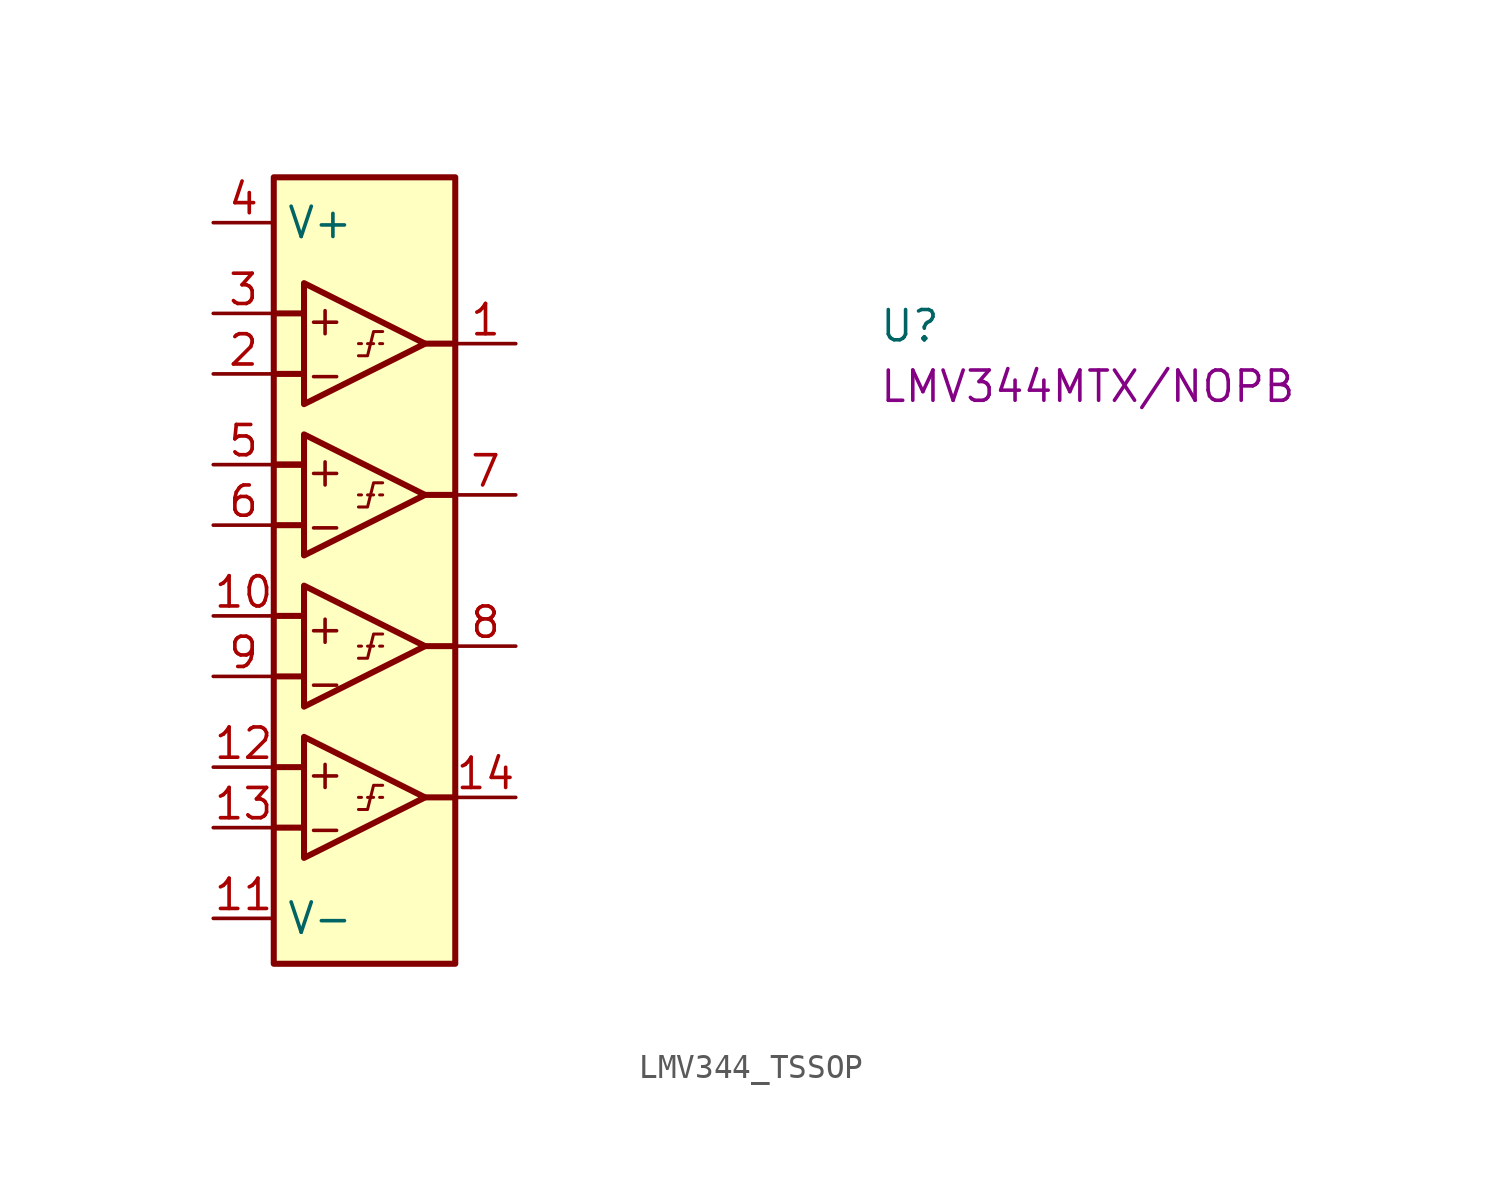
<source format=kicad_sym>
(kicad_symbol_lib
  (version 20220914)
  (generator kicad_symbol_editor)
  (symbol "LMV344_TSSOP"
    (property "Reference" "U"
      (at 27.94 -5.08 0)
      (effects (font (size 1.27 1.27) (thickness 0.15)) (justify left bottom)))
    (property "MPN" "LMV344MTX/NOPB"
      (at 27.94 -7.62 0)
      (effects (font (size 1.27 1.27) (thickness 0.15)) (justify left bottom)))
    (symbol "LMV344_TSSOP_1_1"
      (polyline (pts (xy 2.54 -25.4) (xy 3.81 -25.4)) (stroke (width 0.254) (type default)) (fill (type background)))
      (polyline (pts (xy 2.54 -22.86) (xy 3.81 -22.86)) (stroke (width 0.254) (type default)) (fill (type background)))
      (polyline (pts (xy 2.54 -19.05) (xy 3.81 -19.05)) (stroke (width 0.254) (type default)) (fill (type background)))
      (polyline (pts (xy 2.54 -16.51) (xy 3.81 -16.51)) (stroke (width 0.254) (type default)) (fill (type background)))
      (polyline (pts (xy 2.54 -12.7) (xy 3.81 -12.7)) (stroke (width 0.254) (type default)) (fill (type background)))
      (polyline (pts (xy 2.54 -10.16) (xy 3.683 -10.16)) (stroke (width 0.254) (type default)) (fill (type background)))
      (polyline (pts (xy 2.54 -10.16) (xy 3.81 -10.16)) (stroke (width 0.254) (type default)) (fill (type background)))
      (polyline (pts (xy 2.54 -6.35) (xy 3.81 -6.35)) (stroke (width 0.254) (type default)) (fill (type background)))
      (polyline (pts (xy 2.54 -3.81) (xy 3.81 -3.81)) (stroke (width 0.254) (type default)) (fill (type background)))
      (polyline (pts (xy 6.223 -24.13) (xy 6.096 -24.13)) (stroke (width 0.127) (type default)) (fill (type background)))
      (polyline (pts (xy 6.223 -17.78) (xy 6.096 -17.78)) (stroke (width 0.127) (type default)) (fill (type background)))
      (polyline (pts (xy 6.223 -11.43) (xy 6.096 -11.43)) (stroke (width 0.127) (type default)) (fill (type background)))
      (polyline (pts (xy 6.223 -5.08) (xy 6.096 -5.08)) (stroke (width 0.127) (type default)) (fill (type background)))
      (polyline (pts (xy 6.731 -24.13) (xy 6.477 -24.13)) (stroke (width 0.127) (type default)) (fill (type background)))
      (polyline (pts (xy 6.731 -17.78) (xy 6.477 -17.78)) (stroke (width 0.127) (type default)) (fill (type background)))
      (polyline (pts (xy 6.731 -11.43) (xy 6.477 -11.43)) (stroke (width 0.127) (type default)) (fill (type background)))
      (polyline (pts (xy 6.731 -5.08) (xy 6.477 -5.08)) (stroke (width 0.127) (type default)) (fill (type background)))
      (polyline (pts (xy 7.112 -24.13) (xy 6.985 -24.13)) (stroke (width 0.127) (type default)) (fill (type background)))
      (polyline (pts (xy 7.112 -17.78) (xy 6.985 -17.78)) (stroke (width 0.127) (type default)) (fill (type background)))
      (polyline (pts (xy 7.112 -11.43) (xy 6.985 -11.43)) (stroke (width 0.127) (type default)) (fill (type background)))
      (polyline (pts (xy 7.112 -5.08) (xy 6.985 -5.08)) (stroke (width 0.127) (type default)) (fill (type background)))
      (polyline (pts (xy 8.89 -24.13) (xy 10.16 -24.13)) (stroke (width 0.254) (type default)) (fill (type background)))
      (polyline (pts (xy 8.89 -17.78) (xy 10.16 -17.78)) (stroke (width 0.254) (type default)) (fill (type background)))
      (polyline (pts (xy 8.89 -11.43) (xy 10.16 -11.43)) (stroke (width 0.254) (type default)) (fill (type background)))
      (polyline (pts (xy 8.89 -5.08) (xy 10.16 -5.08)) (stroke (width 0.254) (type default)) (fill (type background)))
      (polyline (pts (xy 3.81 -21.59) (xy 8.89 -24.13) (xy 3.81 -26.67) (xy 3.81 -21.59)) (stroke (width 0.254) (type default)) (fill (type background)))
      (polyline (pts (xy 3.81 -15.24) (xy 8.89 -17.78) (xy 3.81 -20.32) (xy 3.81 -15.24)) (stroke (width 0.254) (type default)) (fill (type background)))
      (polyline (pts (xy 3.81 -8.89) (xy 8.89 -11.43) (xy 3.81 -13.97) (xy 3.81 -8.89)) (stroke (width 0.254) (type default)) (fill (type background)))
      (polyline (pts (xy 3.81 -2.54) (xy 8.89 -5.08) (xy 3.81 -7.62) (xy 3.81 -2.54)) (stroke (width 0.254) (type default)) (fill (type background)))
      (polyline (pts (xy 6.096 -24.638) (xy 6.477 -24.638) (xy 6.731 -23.622) (xy 7.112 -23.622)) (stroke (width 0.127) (type default)) (fill (type background)))
      (polyline (pts (xy 6.096 -18.288) (xy 6.477 -18.288) (xy 6.731 -17.272) (xy 7.112 -17.272)) (stroke (width 0.127) (type default)) (fill (type background)))
      (polyline (pts (xy 6.096 -11.938) (xy 6.477 -11.938) (xy 6.731 -10.922) (xy 7.112 -10.922)) (stroke (width 0.127) (type default)) (fill (type background)))
      (polyline (pts (xy 6.096 -5.588) (xy 6.477 -5.588) (xy 6.731 -4.572) (xy 7.112 -4.572)) (stroke (width 0.127) (type default)) (fill (type background)))
      (rectangle (start 2.54 1.905) (end 10.16 -31.115) (stroke (width 0.254) (type default)) (fill (type background)))
      (text "+" (at 3.81 -23.876 0) (effects (font (size 1.27 1.27) (thickness 0.15)) (justify left bottom)))
      (text "+" (at 3.81 -17.78 0) (effects (font (size 1.27 1.27) (thickness 0.15)) (justify left bottom)))
      (text "+" (at 3.81 -11.176 0) (effects (font (size 1.27 1.27) (thickness 0.15)) (justify left bottom)))
      (text "+" (at 3.81 -4.826 0) (effects (font (size 1.27 1.27) (thickness 0.15)) (justify left bottom)))
      (text "-" (at 3.81 -26.162 0) (effects (font (size 1.27 1.27) (thickness 0.15)) (justify left bottom)))
      (text "-" (at 3.81 -20.066 0) (effects (font (size 1.27 1.27) (thickness 0.15)) (justify left bottom)))
      (text "-" (at 3.81 -13.462 0) (effects (font (size 1.27 1.27) (thickness 0.15)) (justify left bottom)))
      (text "-" (at 3.81 -7.112 0) (effects (font (size 1.27 1.27) (thickness 0.15)) (justify left bottom)))
      (pin output line (at 12.7 -5.08 180) (length 2.54) (name "" (effects (font (size 1.27 1.27)))) (number "1" (effects (font (size 1.27 1.27)))))
      (pin input line (at 0 -16.51 0) (length 2.54) (name "" (effects (font (size 1.27 1.27)))) (number "10" (effects (font (size 1.27 1.27)))))
      (pin power_in line (at 0 -29.21 0) (length 2.54) (name "V-" (effects (font (size 1.27 1.27)))) (number "11" (effects (font (size 1.27 1.27)))))
      (pin input line (at 0 -22.86 0) (length 2.54) (name "" (effects (font (size 1.27 1.27)))) (number "12" (effects (font (size 1.27 1.27)))))
      (pin input line (at 0 -25.4 0) (length 2.54) (name "" (effects (font (size 1.27 1.27)))) (number "13" (effects (font (size 1.27 1.27)))))
      (pin output line (at 12.7 -24.13 180) (length 2.54) (name "" (effects (font (size 1.27 1.27)))) (number "14" (effects (font (size 1.27 1.27)))))
      (pin input line (at 0 -6.35 0) (length 2.54) (name "" (effects (font (size 1.27 1.27)))) (number "2" (effects (font (size 1.27 1.27)))))
      (pin input line (at 0 -3.81 0) (length 2.54) (name "" (effects (font (size 1.27 1.27)))) (number "3" (effects (font (size 1.27 1.27)))))
      (pin power_in line (at 0 0 0) (length 2.54) (name "V+" (effects (font (size 1.27 1.27)))) (number "4" (effects (font (size 1.27 1.27)))))
      (pin input line (at 0 -10.16 0) (length 2.54) (name "" (effects (font (size 1.27 1.27)))) (number "5" (effects (font (size 1.27 1.27)))))
      (pin input line (at 0 -12.7 0) (length 2.54) (name "" (effects (font (size 1.27 1.27)))) (number "6" (effects (font (size 1.27 1.27)))))
      (pin output line (at 12.7 -11.43 180) (length 2.54) (name "" (effects (font (size 1.27 1.27)))) (number "7" (effects (font (size 1.27 1.27)))))
      (pin output line (at 12.7 -17.78 180) (length 2.54) (name "" (effects (font (size 1.27 1.27)))) (number "8" (effects (font (size 1.27 1.27)))))
      (pin input line (at 0 -19.05 0) (length 2.54) (name "" (effects (font (size 1.27 1.27)))) (number "9" (effects (font (size 1.27 1.27))))))))
</source>
